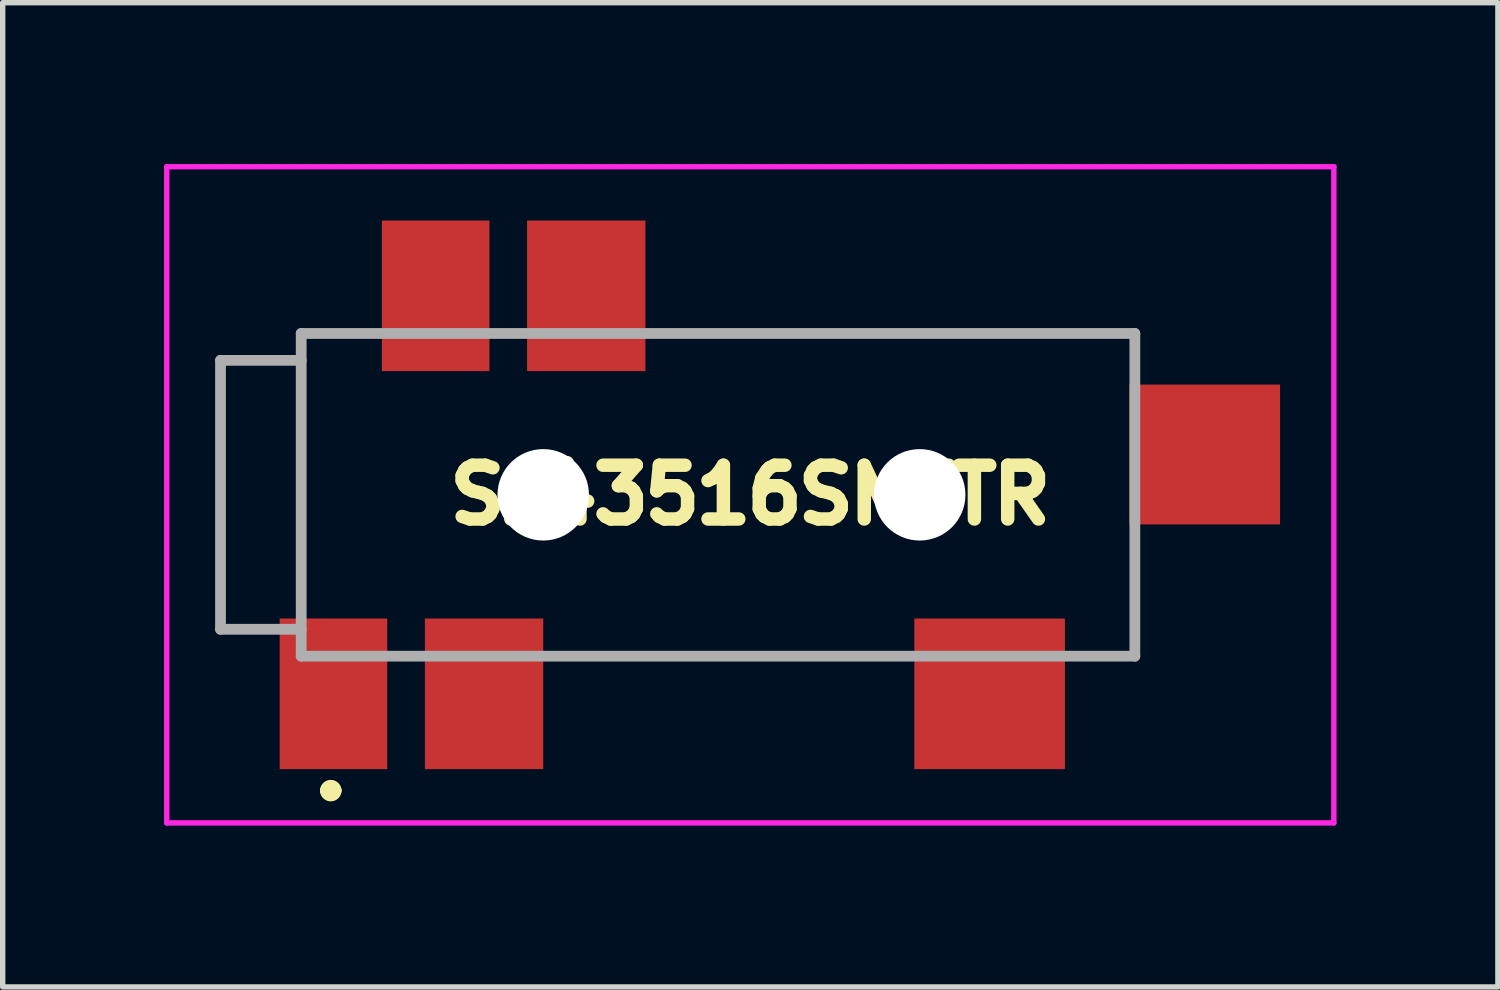
<source format=kicad_pcb>
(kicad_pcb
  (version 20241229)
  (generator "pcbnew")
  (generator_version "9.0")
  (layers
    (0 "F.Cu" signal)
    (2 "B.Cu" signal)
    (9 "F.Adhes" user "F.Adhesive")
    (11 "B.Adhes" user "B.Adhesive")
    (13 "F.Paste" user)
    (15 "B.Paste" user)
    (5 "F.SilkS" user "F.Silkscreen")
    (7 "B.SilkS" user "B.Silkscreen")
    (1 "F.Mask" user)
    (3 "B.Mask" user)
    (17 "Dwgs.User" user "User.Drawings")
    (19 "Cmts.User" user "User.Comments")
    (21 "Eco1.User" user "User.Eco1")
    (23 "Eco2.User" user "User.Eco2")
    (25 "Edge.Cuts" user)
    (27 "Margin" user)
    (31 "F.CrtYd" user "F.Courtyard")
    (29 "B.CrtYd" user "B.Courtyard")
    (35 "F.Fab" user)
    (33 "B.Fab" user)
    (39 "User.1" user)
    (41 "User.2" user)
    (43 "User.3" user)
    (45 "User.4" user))
  (footprint "SJ43516SMTTR"
    (layer "F.Cu")
    (at 10.2 6.15)
    (property "Reference" "SJ43516SMTTR" (at 0.7 0 0) (layer "F.SilkS") (effects (font (size 1 1) (thickness 0.25))))
    (attr through_hole)
    (fp_line (start -7.65 -3) (end -6.65 -3) (stroke (width 0.1) (type solid)) (layer "F.SilkS"))
    (fp_line (start -7.65 2) (end -7.65 -3) (stroke (width 0.1) (type solid)) (layer "F.SilkS"))
    (fp_line (start -7.2 5.5) (end -7.2 5.5) (stroke (width 0.2) (type solid)) (layer "F.SilkS"))
    (fp_line (start -7 5.5) (end -7 5.5) (stroke (width 0.2) (type solid)) (layer "F.SilkS"))
    (fp_line (start -2.65 3) (end 3.35 3) (stroke (width 0.1) (type solid)) (layer "F.SilkS"))
    (fp_line (start -0.65 -3) (end 7.85 -3) (stroke (width 0.1) (type solid)) (layer "F.SilkS"))
    (fp_line (start 6.85 3) (end 7.85 3) (stroke (width 0.1) (type solid)) (layer "F.SilkS"))
    (fp_line (start 7.85 -3) (end 7.85 -2.5) (stroke (width 0.1) (type solid)) (layer "F.SilkS"))
    (fp_line (start 7.85 3) (end 7.85 1) (stroke (width 0.1) (type solid)) (layer "F.SilkS"))
    (fp_arc (start -7.2 5.5) (mid -7.1 5.4) (end -7 5.5) (stroke (width 0.2) (type solid)) (layer "F.SilkS"))
    (fp_arc (start -7 5.5) (mid -7.1 5.6) (end -7.2 5.5) (stroke (width 0.2) (type solid)) (layer "F.SilkS"))
    (fp_line (start -10.15 -6.1) (end 11.55 -6.1) (stroke (width 0.1) (type solid)) (layer "F.CrtYd"))
    (fp_line (start -10.15 6.1) (end -10.15 -6.1) (stroke (width 0.1) (type solid)) (layer "F.CrtYd"))
    (fp_line (start 11.55 -6.1) (end 11.55 6.1) (stroke (width 0.1) (type solid)) (layer "F.CrtYd"))
    (fp_line (start 11.55 6.1) (end -10.15 6.1) (stroke (width 0.1) (type solid)) (layer "F.CrtYd"))
    (fp_line (start -9.15 -2.5) (end -9.15 2.5) (stroke (width 0.2) (type solid)) (layer "F.Fab"))
    (fp_line (start -9.15 2.5) (end -7.65 2.5) (stroke (width 0.2) (type solid)) (layer "F.Fab"))
    (fp_line (start -7.65 -3) (end 7.85 -3) (stroke (width 0.2) (type solid)) (layer "F.Fab"))
    (fp_line (start -7.65 -2.5) (end -9.15 -2.5) (stroke (width 0.2) (type solid)) (layer "F.Fab"))
    (fp_line (start -7.65 3) (end -7.65 -3) (stroke (width 0.2) (type solid)) (layer "F.Fab"))
    (fp_line (start 7.85 -3) (end 7.85 3) (stroke (width 0.2) (type solid)) (layer "F.Fab"))
    (fp_line (start 7.85 3) (end -7.65 3) (stroke (width 0.2) (type solid)) (layer "F.Fab"))
    (pad "" np_thru_hole circle (at -3.15 0) (size 1.7 1.7) (drill 1.7) (layers "*.Cu" "*.Mask"))
    (pad "" np_thru_hole circle (at 3.85 0) (size 1.7 1.7) (drill 1.7) (layers "*.Cu" "*.Mask"))
    (pad "1" smd rect (at -7.05 3.7) (size 2 2.8) (layers "F.Cu" "F.Mask" "F.Paste"))
    (pad "2" smd rect (at 5.15 3.7) (size 2.8 2.8) (layers "F.Cu" "F.Mask" "F.Paste"))
    (pad "3" smd rect (at -2.35 -3.7) (size 2.2 2.8) (layers "F.Cu" "F.Mask" "F.Paste"))
    (pad "4" smd rect (at -4.25 3.7) (size 2.2 2.8) (layers "F.Cu" "F.Mask" "F.Paste"))
    (pad "5" smd rect (at 9.15 -0.75 90) (size 2.6 2.8) (layers "F.Cu" "F.Mask" "F.Paste"))
    (pad "6" smd rect (at -5.15 -3.7) (size 2 2.8) (layers "F.Cu" "F.Mask" "F.Paste")))
  (gr_rect
    (start -3 -3)
    (end 24.8 15.3)
    (stroke (width 0.1) (type default))
    (fill no)
    (layer "Edge.Cuts")))
</source>
